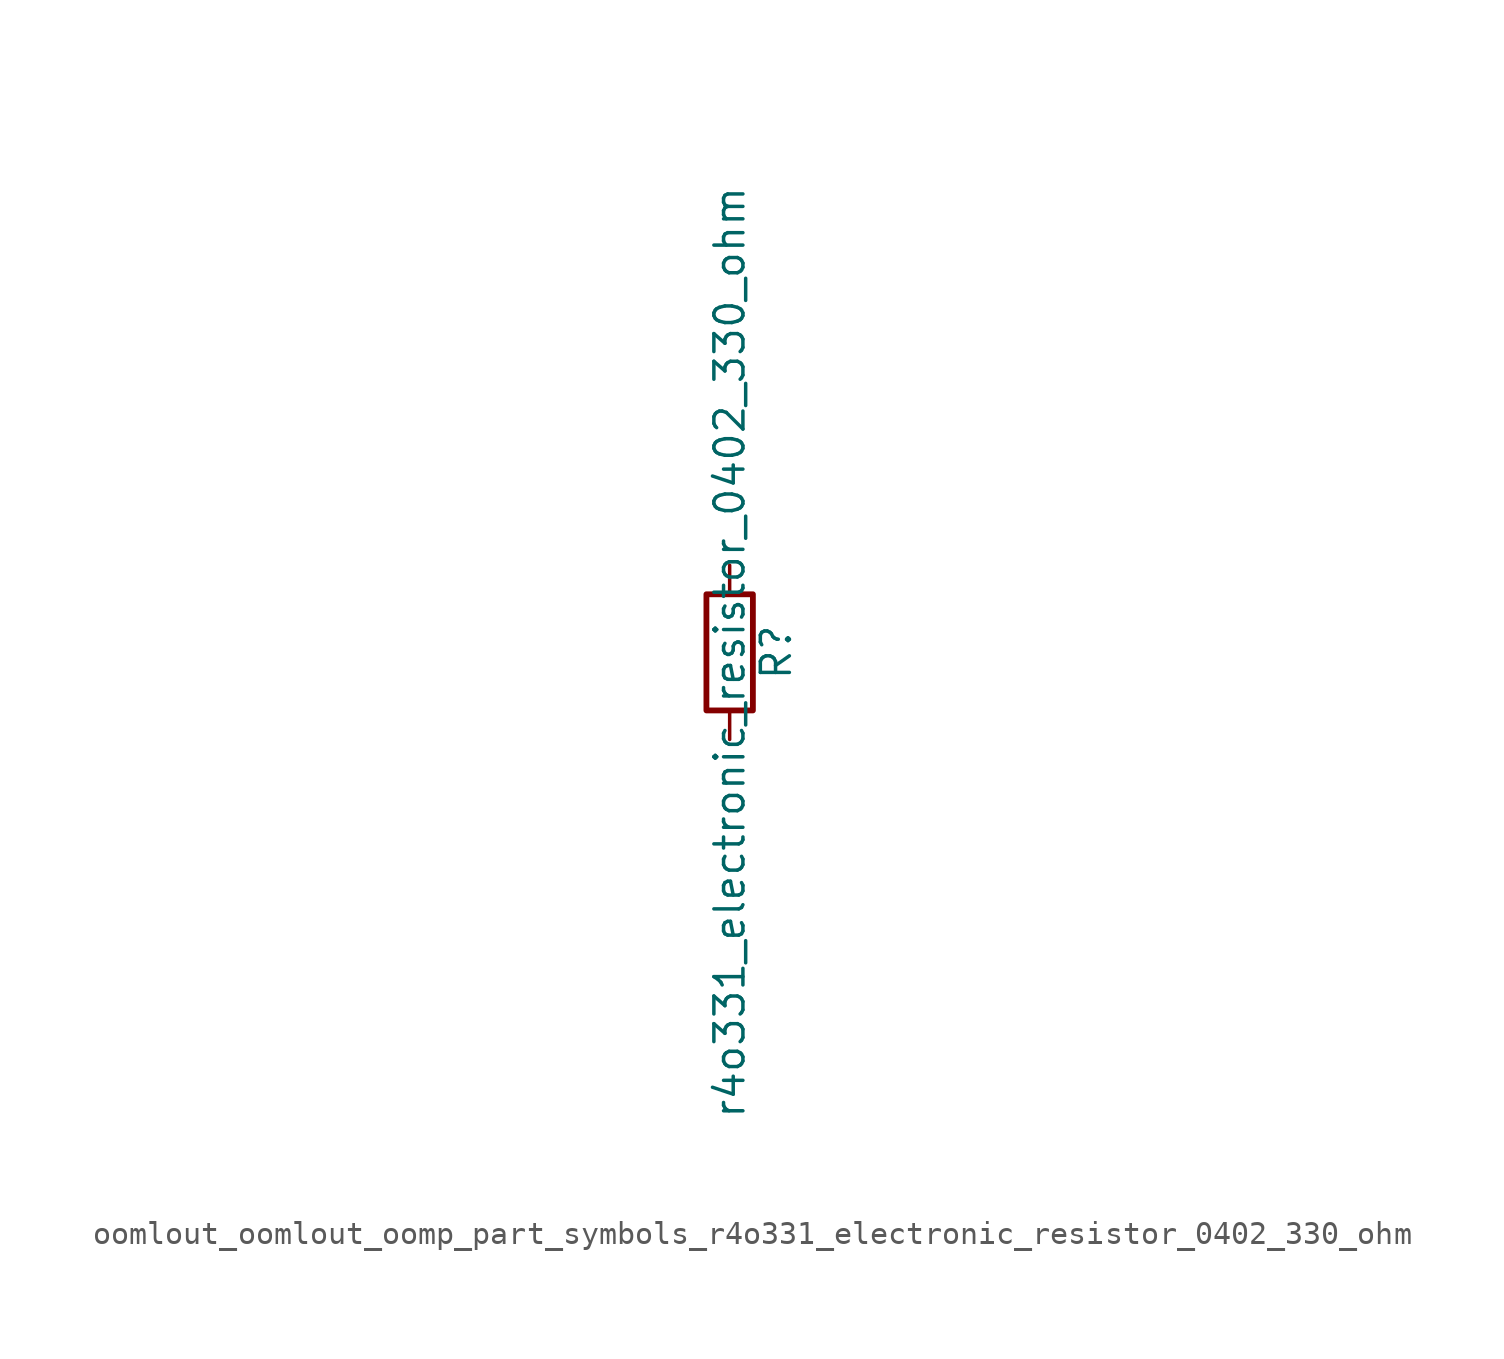
<source format=kicad_sym>
(kicad_symbol_lib
  (version 20220914)
  (generator kicad_symbol_editor)
  (symbol "oomlout_oomlout_oomp_part_symbols_r4o331_electronic_resistor_0402_330_ohm"
    (pin_numbers hide)
    (pin_names
      (offset 0))
    (property "Reference" "R"
      (at 2.032 0 90)
      (effects (font (size 1.27 1.27))))
    (property "Value" "r4o331_electronic_resistor_0402_330_ohm"
      (at 0 0 90)
      (effects (font (size 1.27 1.27))))
    (symbol "oomlout_oomlout_oomp_part_symbols_r4o331_electronic_resistor_0402_330_ohm_0_1"
      (rectangle (start -1.016 -2.54) (end 1.016 2.54) (stroke (width 0.254) (type default)) (fill (type none))))
    (symbol "oomlout_oomlout_oomp_part_symbols_r4o331_electronic_resistor_0402_330_ohm_1_1"
      (pin passive line (at 0 3.81 270) (length 1.27) (name "~" (effects (font (size 1.27 1.27)))) (number "1" (effects (font (size 1.27 1.27)))))
      (pin passive line (at 0 -3.81 90) (length 1.27) (name "~" (effects (font (size 1.27 1.27)))) (number "2" (effects (font (size 1.27 1.27))))))))
</source>
